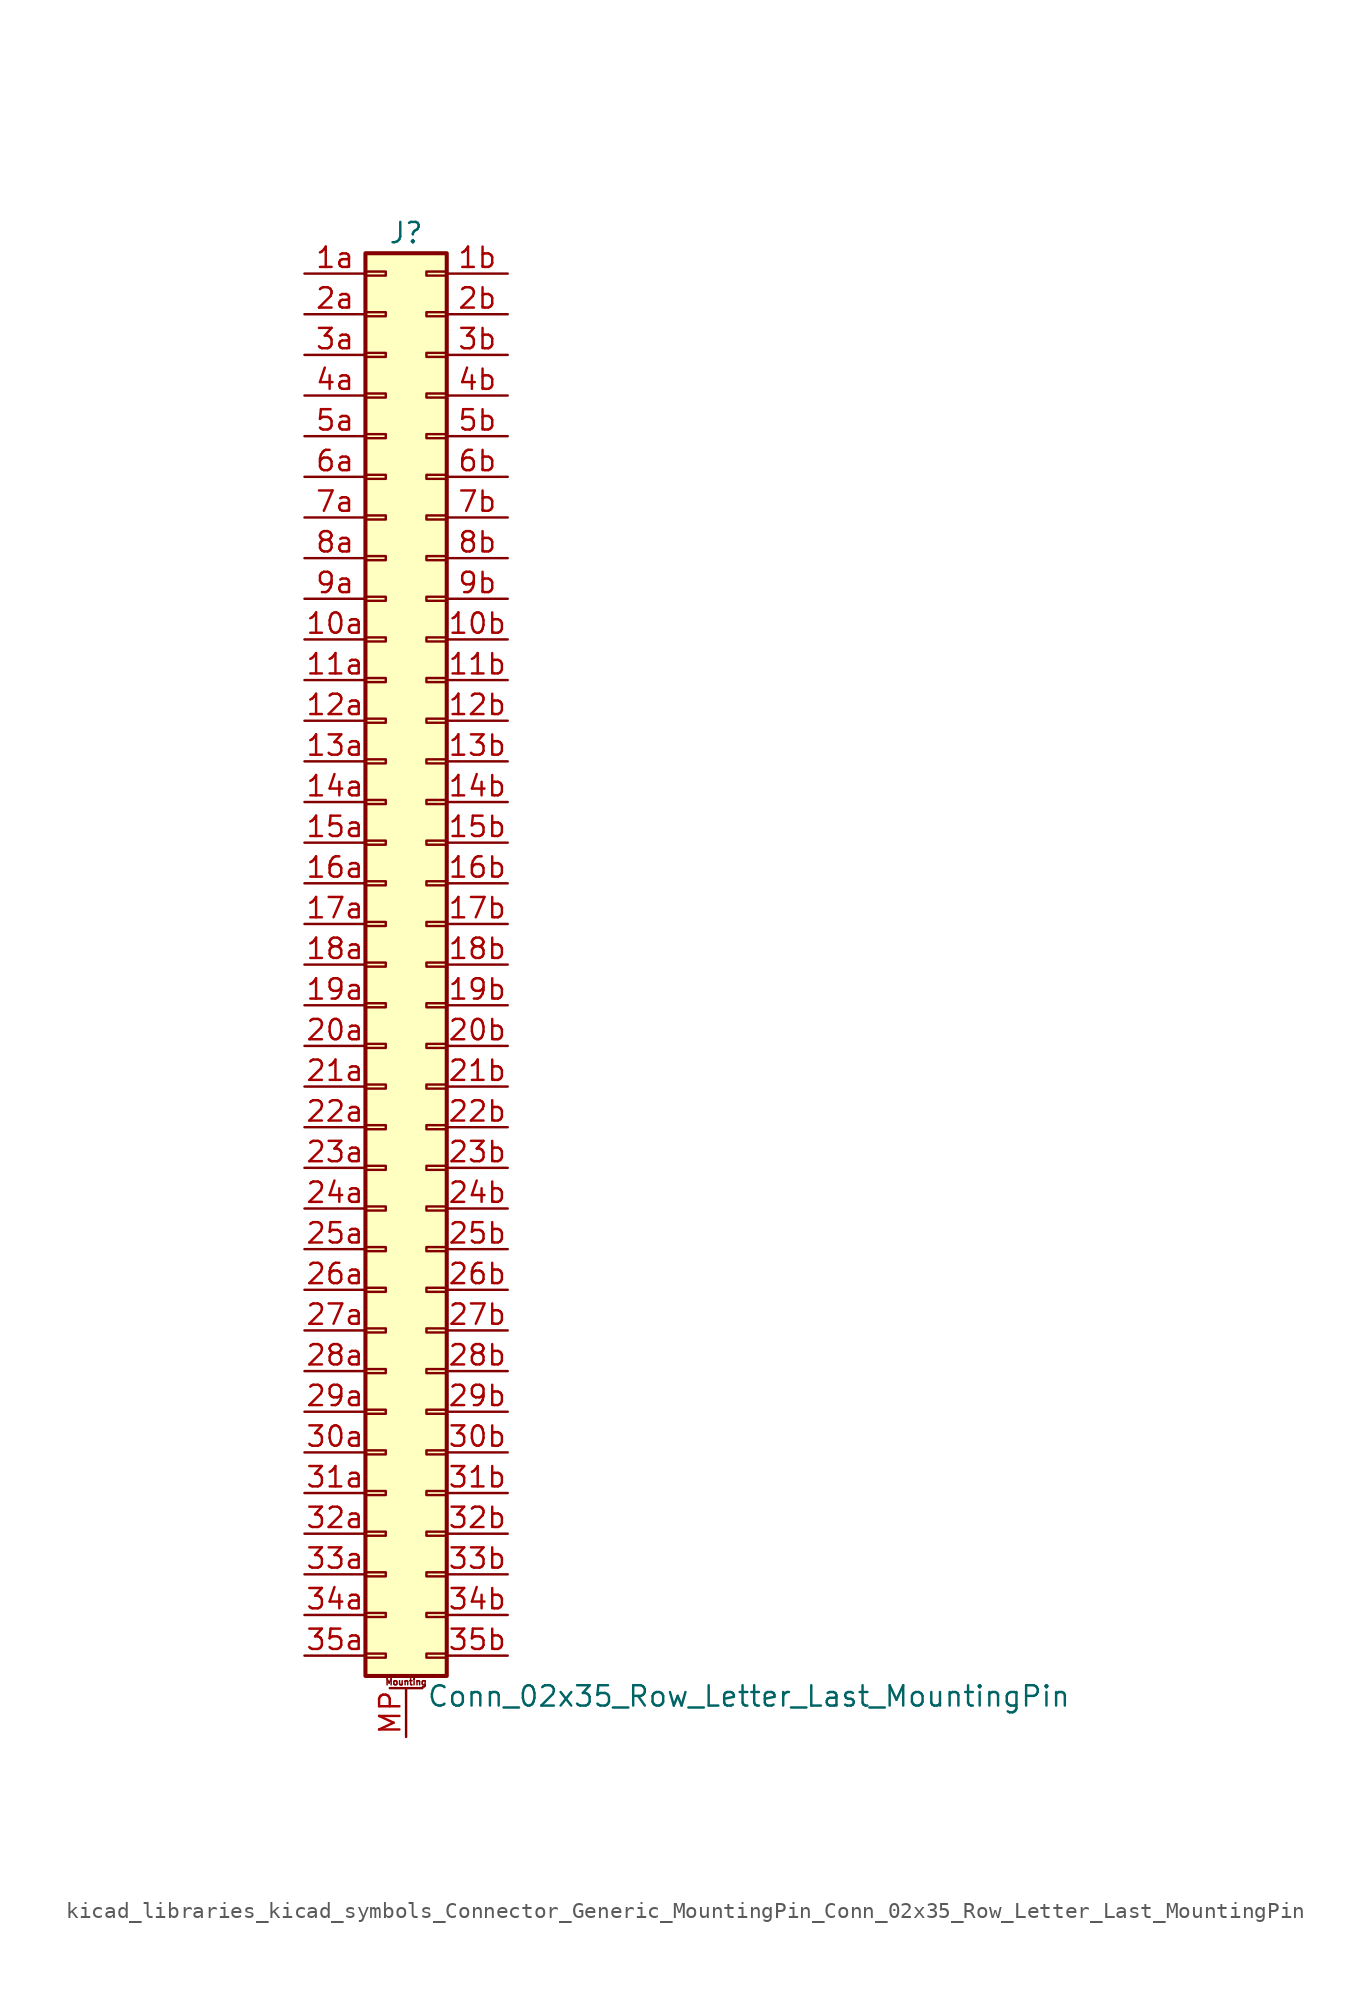
<source format=kicad_sym>
(kicad_symbol_lib
  (version 20220914)
  (generator kicad_symbol_editor)
  (symbol "kicad_libraries_kicad_symbols_Connector_Generic_MountingPin_Conn_02x35_Row_Letter_Last_MountingPin"
    (pin_names
      (offset 1.016) hide)
    (property "Reference" "J"
      (at 1.27 45.72 0)
      (effects (font (size 1.27 1.27))))
    (property "Value" "Conn_02x35_Row_Letter_Last_MountingPin"
      (at 2.54 -45.72 0)
      (effects (font (size 1.27 1.27)) (justify left)))
    (symbol "kicad_libraries_kicad_symbols_Connector_Generic_MountingPin_Conn_02x35_Row_Letter_Last_MountingPin_1_1"
      (rectangle (start -1.27 -43.053) (end 0 -43.307) (stroke (width 0.152) (type default)) (fill (type none)))
      (rectangle (start -1.27 -40.513) (end 0 -40.767) (stroke (width 0.152) (type default)) (fill (type none)))
      (rectangle (start -1.27 -37.973) (end 0 -38.227) (stroke (width 0.152) (type default)) (fill (type none)))
      (rectangle (start -1.27 -35.433) (end 0 -35.687) (stroke (width 0.152) (type default)) (fill (type none)))
      (rectangle (start -1.27 -32.893) (end 0 -33.147) (stroke (width 0.152) (type default)) (fill (type none)))
      (rectangle (start -1.27 -30.353) (end 0 -30.607) (stroke (width 0.152) (type default)) (fill (type none)))
      (rectangle (start -1.27 -27.813) (end 0 -28.067) (stroke (width 0.152) (type default)) (fill (type none)))
      (rectangle (start -1.27 -25.273) (end 0 -25.527) (stroke (width 0.152) (type default)) (fill (type none)))
      (rectangle (start -1.27 -22.733) (end 0 -22.987) (stroke (width 0.152) (type default)) (fill (type none)))
      (rectangle (start -1.27 -20.193) (end 0 -20.447) (stroke (width 0.152) (type default)) (fill (type none)))
      (rectangle (start -1.27 -17.653) (end 0 -17.907) (stroke (width 0.152) (type default)) (fill (type none)))
      (rectangle (start -1.27 -15.113) (end 0 -15.367) (stroke (width 0.152) (type default)) (fill (type none)))
      (rectangle (start -1.27 -12.573) (end 0 -12.827) (stroke (width 0.152) (type default)) (fill (type none)))
      (rectangle (start -1.27 -10.033) (end 0 -10.287) (stroke (width 0.152) (type default)) (fill (type none)))
      (rectangle (start -1.27 -7.493) (end 0 -7.747) (stroke (width 0.152) (type default)) (fill (type none)))
      (rectangle (start -1.27 -4.953) (end 0 -5.207) (stroke (width 0.152) (type default)) (fill (type none)))
      (rectangle (start -1.27 -2.413) (end 0 -2.667) (stroke (width 0.152) (type default)) (fill (type none)))
      (rectangle (start -1.27 0.127) (end 0 -0.127) (stroke (width 0.152) (type default)) (fill (type none)))
      (rectangle (start -1.27 2.667) (end 0 2.413) (stroke (width 0.152) (type default)) (fill (type none)))
      (rectangle (start -1.27 5.207) (end 0 4.953) (stroke (width 0.152) (type default)) (fill (type none)))
      (rectangle (start -1.27 7.747) (end 0 7.493) (stroke (width 0.152) (type default)) (fill (type none)))
      (rectangle (start -1.27 10.287) (end 0 10.033) (stroke (width 0.152) (type default)) (fill (type none)))
      (rectangle (start -1.27 12.827) (end 0 12.573) (stroke (width 0.152) (type default)) (fill (type none)))
      (rectangle (start -1.27 15.367) (end 0 15.113) (stroke (width 0.152) (type default)) (fill (type none)))
      (rectangle (start -1.27 17.907) (end 0 17.653) (stroke (width 0.152) (type default)) (fill (type none)))
      (rectangle (start -1.27 20.447) (end 0 20.193) (stroke (width 0.152) (type default)) (fill (type none)))
      (rectangle (start -1.27 22.987) (end 0 22.733) (stroke (width 0.152) (type default)) (fill (type none)))
      (rectangle (start -1.27 25.527) (end 0 25.273) (stroke (width 0.152) (type default)) (fill (type none)))
      (rectangle (start -1.27 28.067) (end 0 27.813) (stroke (width 0.152) (type default)) (fill (type none)))
      (rectangle (start -1.27 30.607) (end 0 30.353) (stroke (width 0.152) (type default)) (fill (type none)))
      (rectangle (start -1.27 33.147) (end 0 32.893) (stroke (width 0.152) (type default)) (fill (type none)))
      (rectangle (start -1.27 35.687) (end 0 35.433) (stroke (width 0.152) (type default)) (fill (type none)))
      (rectangle (start -1.27 38.227) (end 0 37.973) (stroke (width 0.152) (type default)) (fill (type none)))
      (rectangle (start -1.27 40.767) (end 0 40.513) (stroke (width 0.152) (type default)) (fill (type none)))
      (rectangle (start -1.27 43.307) (end 0 43.053) (stroke (width 0.152) (type default)) (fill (type none)))
      (rectangle (start -1.27 44.45) (end 3.81 -44.45) (stroke (width 0.254) (type default)) (fill (type background)))
      (polyline (pts (xy 0.254 -45.212) (xy 2.286 -45.212)) (stroke (width 0.152) (type default)) (fill (type none)))
      (rectangle (start 3.81 -43.053) (end 2.54 -43.307) (stroke (width 0.152) (type default)) (fill (type none)))
      (rectangle (start 3.81 -40.513) (end 2.54 -40.767) (stroke (width 0.152) (type default)) (fill (type none)))
      (rectangle (start 3.81 -37.973) (end 2.54 -38.227) (stroke (width 0.152) (type default)) (fill (type none)))
      (rectangle (start 3.81 -35.433) (end 2.54 -35.687) (stroke (width 0.152) (type default)) (fill (type none)))
      (rectangle (start 3.81 -32.893) (end 2.54 -33.147) (stroke (width 0.152) (type default)) (fill (type none)))
      (rectangle (start 3.81 -30.353) (end 2.54 -30.607) (stroke (width 0.152) (type default)) (fill (type none)))
      (rectangle (start 3.81 -27.813) (end 2.54 -28.067) (stroke (width 0.152) (type default)) (fill (type none)))
      (rectangle (start 3.81 -25.273) (end 2.54 -25.527) (stroke (width 0.152) (type default)) (fill (type none)))
      (rectangle (start 3.81 -22.733) (end 2.54 -22.987) (stroke (width 0.152) (type default)) (fill (type none)))
      (rectangle (start 3.81 -20.193) (end 2.54 -20.447) (stroke (width 0.152) (type default)) (fill (type none)))
      (rectangle (start 3.81 -17.653) (end 2.54 -17.907) (stroke (width 0.152) (type default)) (fill (type none)))
      (rectangle (start 3.81 -15.113) (end 2.54 -15.367) (stroke (width 0.152) (type default)) (fill (type none)))
      (rectangle (start 3.81 -12.573) (end 2.54 -12.827) (stroke (width 0.152) (type default)) (fill (type none)))
      (rectangle (start 3.81 -10.033) (end 2.54 -10.287) (stroke (width 0.152) (type default)) (fill (type none)))
      (rectangle (start 3.81 -7.493) (end 2.54 -7.747) (stroke (width 0.152) (type default)) (fill (type none)))
      (rectangle (start 3.81 -4.953) (end 2.54 -5.207) (stroke (width 0.152) (type default)) (fill (type none)))
      (rectangle (start 3.81 -2.413) (end 2.54 -2.667) (stroke (width 0.152) (type default)) (fill (type none)))
      (rectangle (start 3.81 0.127) (end 2.54 -0.127) (stroke (width 0.152) (type default)) (fill (type none)))
      (rectangle (start 3.81 2.667) (end 2.54 2.413) (stroke (width 0.152) (type default)) (fill (type none)))
      (rectangle (start 3.81 5.207) (end 2.54 4.953) (stroke (width 0.152) (type default)) (fill (type none)))
      (rectangle (start 3.81 7.747) (end 2.54 7.493) (stroke (width 0.152) (type default)) (fill (type none)))
      (rectangle (start 3.81 10.287) (end 2.54 10.033) (stroke (width 0.152) (type default)) (fill (type none)))
      (rectangle (start 3.81 12.827) (end 2.54 12.573) (stroke (width 0.152) (type default)) (fill (type none)))
      (rectangle (start 3.81 15.367) (end 2.54 15.113) (stroke (width 0.152) (type default)) (fill (type none)))
      (rectangle (start 3.81 17.907) (end 2.54 17.653) (stroke (width 0.152) (type default)) (fill (type none)))
      (rectangle (start 3.81 20.447) (end 2.54 20.193) (stroke (width 0.152) (type default)) (fill (type none)))
      (rectangle (start 3.81 22.987) (end 2.54 22.733) (stroke (width 0.152) (type default)) (fill (type none)))
      (rectangle (start 3.81 25.527) (end 2.54 25.273) (stroke (width 0.152) (type default)) (fill (type none)))
      (rectangle (start 3.81 28.067) (end 2.54 27.813) (stroke (width 0.152) (type default)) (fill (type none)))
      (rectangle (start 3.81 30.607) (end 2.54 30.353) (stroke (width 0.152) (type default)) (fill (type none)))
      (rectangle (start 3.81 33.147) (end 2.54 32.893) (stroke (width 0.152) (type default)) (fill (type none)))
      (rectangle (start 3.81 35.687) (end 2.54 35.433) (stroke (width 0.152) (type default)) (fill (type none)))
      (rectangle (start 3.81 38.227) (end 2.54 37.973) (stroke (width 0.152) (type default)) (fill (type none)))
      (rectangle (start 3.81 40.767) (end 2.54 40.513) (stroke (width 0.152) (type default)) (fill (type none)))
      (rectangle (start 3.81 43.307) (end 2.54 43.053) (stroke (width 0.152) (type default)) (fill (type none)))
      (text "Mounting" (at 1.27 -44.831 0) (effects (font (size 0.381 0.381))))
      (pin passive line (at -5.08 20.32 0) (length 3.81) (name "Pin_10a" (effects (font (size 1.27 1.27)))) (number "10a" (effects (font (size 1.27 1.27)))))
      (pin passive line (at 7.62 20.32 180) (length 3.81) (name "Pin_10b" (effects (font (size 1.27 1.27)))) (number "10b" (effects (font (size 1.27 1.27)))))
      (pin passive line (at -5.08 17.78 0) (length 3.81) (name "Pin_11a" (effects (font (size 1.27 1.27)))) (number "11a" (effects (font (size 1.27 1.27)))))
      (pin passive line (at 7.62 17.78 180) (length 3.81) (name "Pin_11b" (effects (font (size 1.27 1.27)))) (number "11b" (effects (font (size 1.27 1.27)))))
      (pin passive line (at -5.08 15.24 0) (length 3.81) (name "Pin_12a" (effects (font (size 1.27 1.27)))) (number "12a" (effects (font (size 1.27 1.27)))))
      (pin passive line (at 7.62 15.24 180) (length 3.81) (name "Pin_12b" (effects (font (size 1.27 1.27)))) (number "12b" (effects (font (size 1.27 1.27)))))
      (pin passive line (at -5.08 12.7 0) (length 3.81) (name "Pin_13a" (effects (font (size 1.27 1.27)))) (number "13a" (effects (font (size 1.27 1.27)))))
      (pin passive line (at 7.62 12.7 180) (length 3.81) (name "Pin_13b" (effects (font (size 1.27 1.27)))) (number "13b" (effects (font (size 1.27 1.27)))))
      (pin passive line (at -5.08 10.16 0) (length 3.81) (name "Pin_14a" (effects (font (size 1.27 1.27)))) (number "14a" (effects (font (size 1.27 1.27)))))
      (pin passive line (at 7.62 10.16 180) (length 3.81) (name "Pin_14b" (effects (font (size 1.27 1.27)))) (number "14b" (effects (font (size 1.27 1.27)))))
      (pin passive line (at -5.08 7.62 0) (length 3.81) (name "Pin_15a" (effects (font (size 1.27 1.27)))) (number "15a" (effects (font (size 1.27 1.27)))))
      (pin passive line (at 7.62 7.62 180) (length 3.81) (name "Pin_15b" (effects (font (size 1.27 1.27)))) (number "15b" (effects (font (size 1.27 1.27)))))
      (pin passive line (at -5.08 5.08 0) (length 3.81) (name "Pin_16a" (effects (font (size 1.27 1.27)))) (number "16a" (effects (font (size 1.27 1.27)))))
      (pin passive line (at 7.62 5.08 180) (length 3.81) (name "Pin_16b" (effects (font (size 1.27 1.27)))) (number "16b" (effects (font (size 1.27 1.27)))))
      (pin passive line (at -5.08 2.54 0) (length 3.81) (name "Pin_17a" (effects (font (size 1.27 1.27)))) (number "17a" (effects (font (size 1.27 1.27)))))
      (pin passive line (at 7.62 2.54 180) (length 3.81) (name "Pin_17b" (effects (font (size 1.27 1.27)))) (number "17b" (effects (font (size 1.27 1.27)))))
      (pin passive line (at -5.08 0 0) (length 3.81) (name "Pin_18a" (effects (font (size 1.27 1.27)))) (number "18a" (effects (font (size 1.27 1.27)))))
      (pin passive line (at 7.62 0 180) (length 3.81) (name "Pin_18b" (effects (font (size 1.27 1.27)))) (number "18b" (effects (font (size 1.27 1.27)))))
      (pin passive line (at -5.08 -2.54 0) (length 3.81) (name "Pin_19a" (effects (font (size 1.27 1.27)))) (number "19a" (effects (font (size 1.27 1.27)))))
      (pin passive line (at 7.62 -2.54 180) (length 3.81) (name "Pin_19b" (effects (font (size 1.27 1.27)))) (number "19b" (effects (font (size 1.27 1.27)))))
      (pin passive line (at -5.08 43.18 0) (length 3.81) (name "Pin_1a" (effects (font (size 1.27 1.27)))) (number "1a" (effects (font (size 1.27 1.27)))))
      (pin passive line (at 7.62 43.18 180) (length 3.81) (name "Pin_1b" (effects (font (size 1.27 1.27)))) (number "1b" (effects (font (size 1.27 1.27)))))
      (pin passive line (at -5.08 -5.08 0) (length 3.81) (name "Pin_20a" (effects (font (size 1.27 1.27)))) (number "20a" (effects (font (size 1.27 1.27)))))
      (pin passive line (at 7.62 -5.08 180) (length 3.81) (name "Pin_20b" (effects (font (size 1.27 1.27)))) (number "20b" (effects (font (size 1.27 1.27)))))
      (pin passive line (at -5.08 -7.62 0) (length 3.81) (name "Pin_21a" (effects (font (size 1.27 1.27)))) (number "21a" (effects (font (size 1.27 1.27)))))
      (pin passive line (at 7.62 -7.62 180) (length 3.81) (name "Pin_21b" (effects (font (size 1.27 1.27)))) (number "21b" (effects (font (size 1.27 1.27)))))
      (pin passive line (at -5.08 -10.16 0) (length 3.81) (name "Pin_22a" (effects (font (size 1.27 1.27)))) (number "22a" (effects (font (size 1.27 1.27)))))
      (pin passive line (at 7.62 -10.16 180) (length 3.81) (name "Pin_22b" (effects (font (size 1.27 1.27)))) (number "22b" (effects (font (size 1.27 1.27)))))
      (pin passive line (at -5.08 -12.7 0) (length 3.81) (name "Pin_23a" (effects (font (size 1.27 1.27)))) (number "23a" (effects (font (size 1.27 1.27)))))
      (pin passive line (at 7.62 -12.7 180) (length 3.81) (name "Pin_23b" (effects (font (size 1.27 1.27)))) (number "23b" (effects (font (size 1.27 1.27)))))
      (pin passive line (at -5.08 -15.24 0) (length 3.81) (name "Pin_24a" (effects (font (size 1.27 1.27)))) (number "24a" (effects (font (size 1.27 1.27)))))
      (pin passive line (at 7.62 -15.24 180) (length 3.81) (name "Pin_24b" (effects (font (size 1.27 1.27)))) (number "24b" (effects (font (size 1.27 1.27)))))
      (pin passive line (at -5.08 -17.78 0) (length 3.81) (name "Pin_25a" (effects (font (size 1.27 1.27)))) (number "25a" (effects (font (size 1.27 1.27)))))
      (pin passive line (at 7.62 -17.78 180) (length 3.81) (name "Pin_25b" (effects (font (size 1.27 1.27)))) (number "25b" (effects (font (size 1.27 1.27)))))
      (pin passive line (at -5.08 -20.32 0) (length 3.81) (name "Pin_26a" (effects (font (size 1.27 1.27)))) (number "26a" (effects (font (size 1.27 1.27)))))
      (pin passive line (at 7.62 -20.32 180) (length 3.81) (name "Pin_26b" (effects (font (size 1.27 1.27)))) (number "26b" (effects (font (size 1.27 1.27)))))
      (pin passive line (at -5.08 -22.86 0) (length 3.81) (name "Pin_27a" (effects (font (size 1.27 1.27)))) (number "27a" (effects (font (size 1.27 1.27)))))
      (pin passive line (at 7.62 -22.86 180) (length 3.81) (name "Pin_27b" (effects (font (size 1.27 1.27)))) (number "27b" (effects (font (size 1.27 1.27)))))
      (pin passive line (at -5.08 -25.4 0) (length 3.81) (name "Pin_28a" (effects (font (size 1.27 1.27)))) (number "28a" (effects (font (size 1.27 1.27)))))
      (pin passive line (at 7.62 -25.4 180) (length 3.81) (name "Pin_28b" (effects (font (size 1.27 1.27)))) (number "28b" (effects (font (size 1.27 1.27)))))
      (pin passive line (at -5.08 -27.94 0) (length 3.81) (name "Pin_29a" (effects (font (size 1.27 1.27)))) (number "29a" (effects (font (size 1.27 1.27)))))
      (pin passive line (at 7.62 -27.94 180) (length 3.81) (name "Pin_29b" (effects (font (size 1.27 1.27)))) (number "29b" (effects (font (size 1.27 1.27)))))
      (pin passive line (at -5.08 40.64 0) (length 3.81) (name "Pin_2a" (effects (font (size 1.27 1.27)))) (number "2a" (effects (font (size 1.27 1.27)))))
      (pin passive line (at 7.62 40.64 180) (length 3.81) (name "Pin_2b" (effects (font (size 1.27 1.27)))) (number "2b" (effects (font (size 1.27 1.27)))))
      (pin passive line (at -5.08 -30.48 0) (length 3.81) (name "Pin_30a" (effects (font (size 1.27 1.27)))) (number "30a" (effects (font (size 1.27 1.27)))))
      (pin passive line (at 7.62 -30.48 180) (length 3.81) (name "Pin_30b" (effects (font (size 1.27 1.27)))) (number "30b" (effects (font (size 1.27 1.27)))))
      (pin passive line (at -5.08 -33.02 0) (length 3.81) (name "Pin_31a" (effects (font (size 1.27 1.27)))) (number "31a" (effects (font (size 1.27 1.27)))))
      (pin passive line (at 7.62 -33.02 180) (length 3.81) (name "Pin_31b" (effects (font (size 1.27 1.27)))) (number "31b" (effects (font (size 1.27 1.27)))))
      (pin passive line (at -5.08 -35.56 0) (length 3.81) (name "Pin_32a" (effects (font (size 1.27 1.27)))) (number "32a" (effects (font (size 1.27 1.27)))))
      (pin passive line (at 7.62 -35.56 180) (length 3.81) (name "Pin_32b" (effects (font (size 1.27 1.27)))) (number "32b" (effects (font (size 1.27 1.27)))))
      (pin passive line (at -5.08 -38.1 0) (length 3.81) (name "Pin_33a" (effects (font (size 1.27 1.27)))) (number "33a" (effects (font (size 1.27 1.27)))))
      (pin passive line (at 7.62 -38.1 180) (length 3.81) (name "Pin_33b" (effects (font (size 1.27 1.27)))) (number "33b" (effects (font (size 1.27 1.27)))))
      (pin passive line (at -5.08 -40.64 0) (length 3.81) (name "Pin_34a" (effects (font (size 1.27 1.27)))) (number "34a" (effects (font (size 1.27 1.27)))))
      (pin passive line (at 7.62 -40.64 180) (length 3.81) (name "Pin_34b" (effects (font (size 1.27 1.27)))) (number "34b" (effects (font (size 1.27 1.27)))))
      (pin passive line (at -5.08 -43.18 0) (length 3.81) (name "Pin_35a" (effects (font (size 1.27 1.27)))) (number "35a" (effects (font (size 1.27 1.27)))))
      (pin passive line (at 7.62 -43.18 180) (length 3.81) (name "Pin_35b" (effects (font (size 1.27 1.27)))) (number "35b" (effects (font (size 1.27 1.27)))))
      (pin passive line (at -5.08 38.1 0) (length 3.81) (name "Pin_3a" (effects (font (size 1.27 1.27)))) (number "3a" (effects (font (size 1.27 1.27)))))
      (pin passive line (at 7.62 38.1 180) (length 3.81) (name "Pin_3b" (effects (font (size 1.27 1.27)))) (number "3b" (effects (font (size 1.27 1.27)))))
      (pin passive line (at -5.08 35.56 0) (length 3.81) (name "Pin_4a" (effects (font (size 1.27 1.27)))) (number "4a" (effects (font (size 1.27 1.27)))))
      (pin passive line (at 7.62 35.56 180) (length 3.81) (name "Pin_4b" (effects (font (size 1.27 1.27)))) (number "4b" (effects (font (size 1.27 1.27)))))
      (pin passive line (at -5.08 33.02 0) (length 3.81) (name "Pin_5a" (effects (font (size 1.27 1.27)))) (number "5a" (effects (font (size 1.27 1.27)))))
      (pin passive line (at 7.62 33.02 180) (length 3.81) (name "Pin_5b" (effects (font (size 1.27 1.27)))) (number "5b" (effects (font (size 1.27 1.27)))))
      (pin passive line (at -5.08 30.48 0) (length 3.81) (name "Pin_6a" (effects (font (size 1.27 1.27)))) (number "6a" (effects (font (size 1.27 1.27)))))
      (pin passive line (at 7.62 30.48 180) (length 3.81) (name "Pin_6b" (effects (font (size 1.27 1.27)))) (number "6b" (effects (font (size 1.27 1.27)))))
      (pin passive line (at -5.08 27.94 0) (length 3.81) (name "Pin_7a" (effects (font (size 1.27 1.27)))) (number "7a" (effects (font (size 1.27 1.27)))))
      (pin passive line (at 7.62 27.94 180) (length 3.81) (name "Pin_7b" (effects (font (size 1.27 1.27)))) (number "7b" (effects (font (size 1.27 1.27)))))
      (pin passive line (at -5.08 25.4 0) (length 3.81) (name "Pin_8a" (effects (font (size 1.27 1.27)))) (number "8a" (effects (font (size 1.27 1.27)))))
      (pin passive line (at 7.62 25.4 180) (length 3.81) (name "Pin_8b" (effects (font (size 1.27 1.27)))) (number "8b" (effects (font (size 1.27 1.27)))))
      (pin passive line (at -5.08 22.86 0) (length 3.81) (name "Pin_9a" (effects (font (size 1.27 1.27)))) (number "9a" (effects (font (size 1.27 1.27)))))
      (pin passive line (at 7.62 22.86 180) (length 3.81) (name "Pin_9b" (effects (font (size 1.27 1.27)))) (number "9b" (effects (font (size 1.27 1.27)))))
      (pin passive line (at 1.27 -48.26 90) (length 3.048) (name "MountPin" (effects (font (size 1.27 1.27)))) (number "MP" (effects (font (size 1.27 1.27))))))))
</source>
